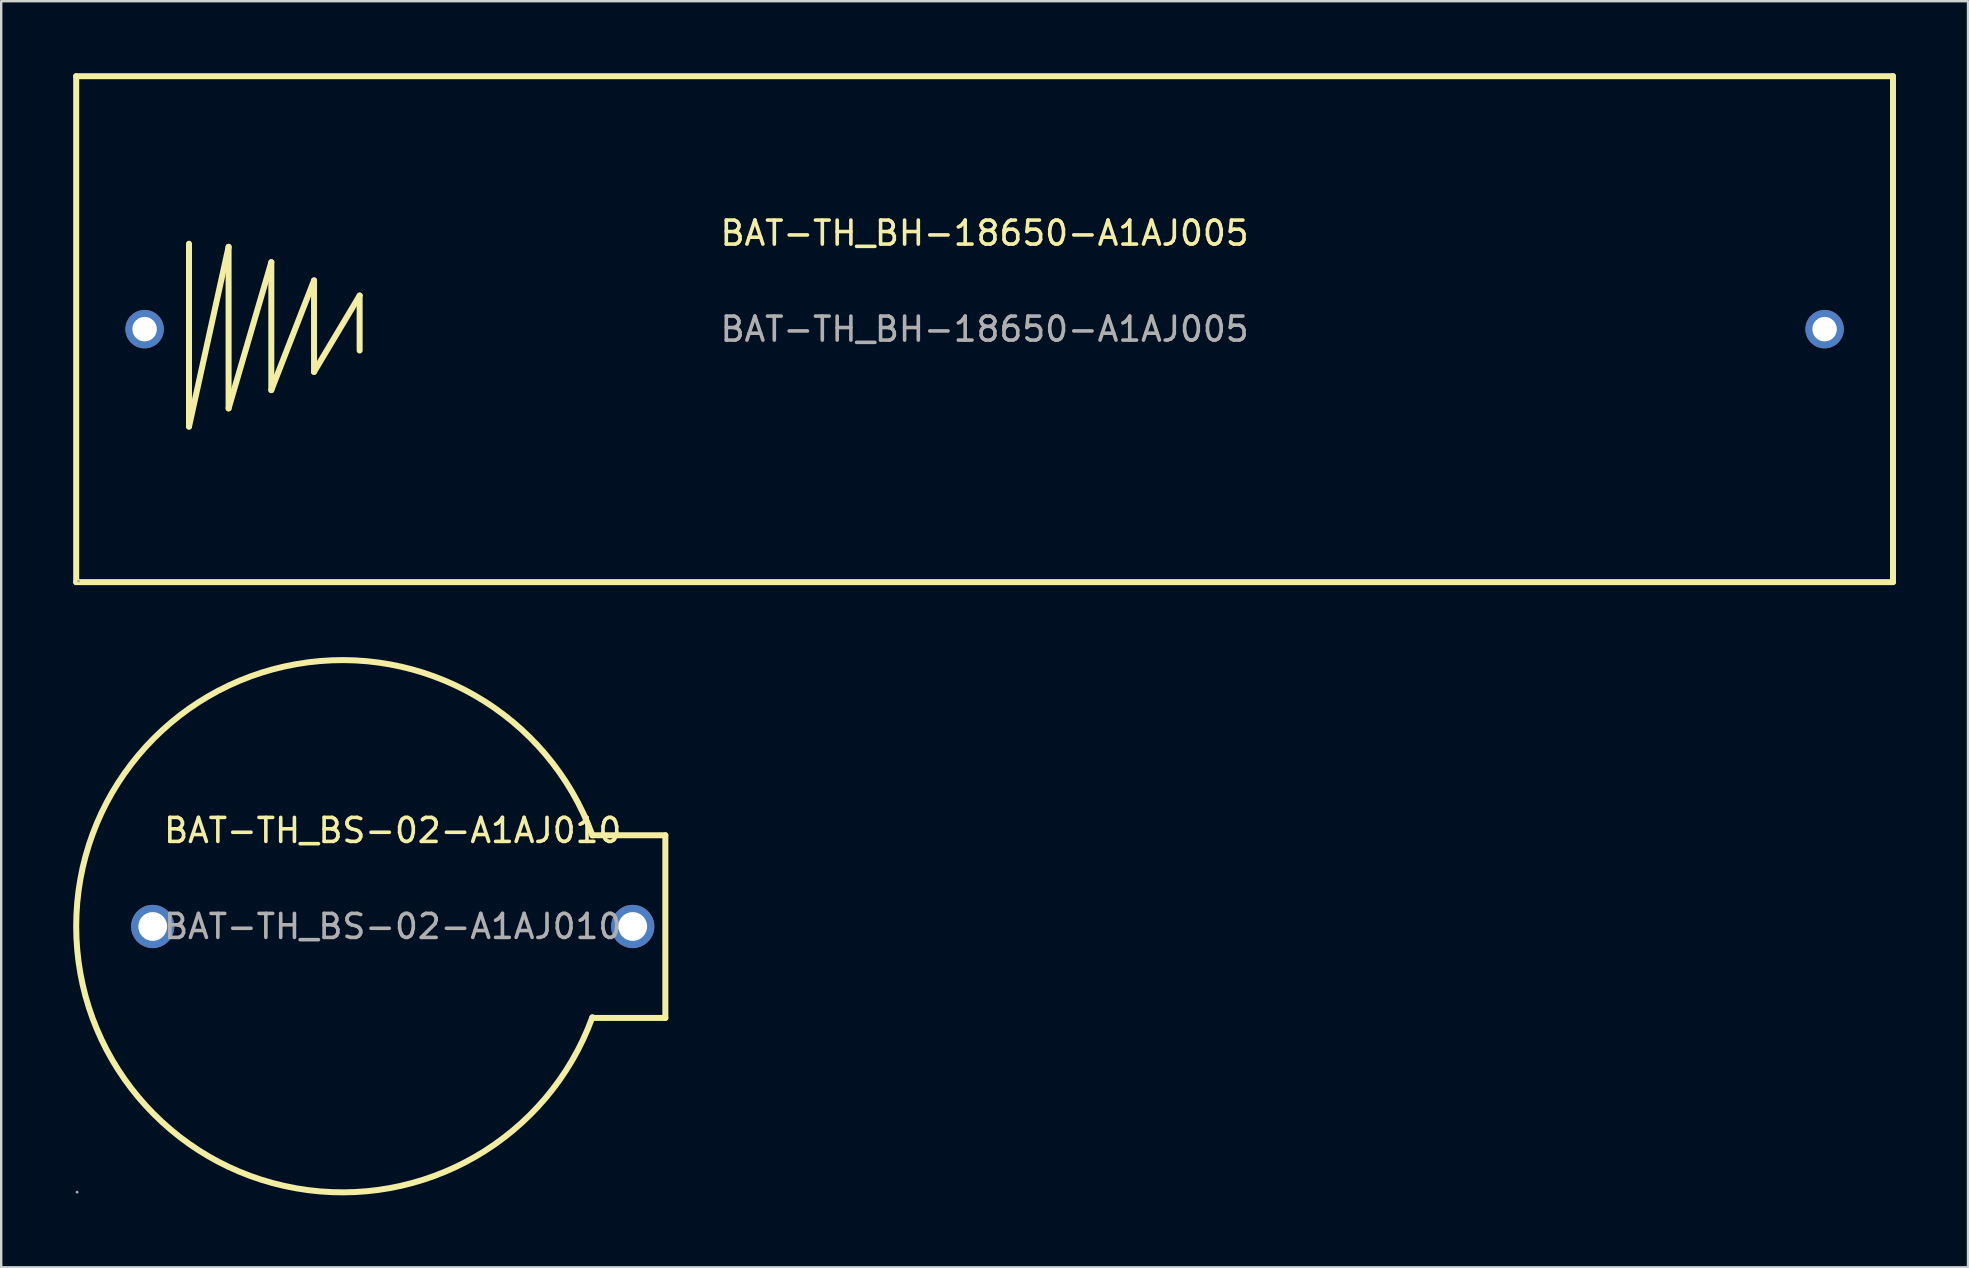
<source format=kicad_pcb>
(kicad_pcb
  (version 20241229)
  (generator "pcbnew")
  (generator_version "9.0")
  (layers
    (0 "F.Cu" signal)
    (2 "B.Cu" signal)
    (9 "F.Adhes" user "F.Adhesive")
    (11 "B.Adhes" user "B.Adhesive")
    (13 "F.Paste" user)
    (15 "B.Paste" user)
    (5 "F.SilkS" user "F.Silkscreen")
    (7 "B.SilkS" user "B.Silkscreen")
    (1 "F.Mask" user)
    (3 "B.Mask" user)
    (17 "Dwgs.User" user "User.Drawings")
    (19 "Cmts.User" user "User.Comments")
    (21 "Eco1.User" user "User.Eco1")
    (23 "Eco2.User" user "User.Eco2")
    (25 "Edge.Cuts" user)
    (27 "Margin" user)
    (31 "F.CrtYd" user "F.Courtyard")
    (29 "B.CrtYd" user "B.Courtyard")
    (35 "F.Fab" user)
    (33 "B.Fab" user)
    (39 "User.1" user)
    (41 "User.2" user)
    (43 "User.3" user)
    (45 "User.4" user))
  (footprint "BAT-TH_BS-02-A1AJ010"
    (layer "F.Cu")
    (at 13.313 35.553)
    (property "Reference" "BAT-TH_BS-02-A1AJ010" (at 0 -4 0) (layer "F.SilkS") (effects (font (size 1 1) (thickness 0.15))))
    (attr through_hole)
    (fp_line (start 8.32 -3.8) (end 11.36 -3.8) (stroke (width 0.25) (type solid)) (layer "F.SilkS"))
    (fp_line (start 11.36 -3.8) (end 11.36 3.81) (stroke (width 0.25) (type solid)) (layer "F.SilkS"))
    (fp_line (start 11.36 3.81) (end 8.31 3.81) (stroke (width 0.25) (type solid)) (layer "F.SilkS"))
    (fp_arc (start 8.32 3.78) (mid -13.187854 -0.010488) (end 8.320334 -3.799083) (stroke (width 0.25) (type solid)) (layer "F.SilkS"))
    (fp_circle (center -13.15 11.07) (end -13.12 11.07) (stroke (width 0.06) (type solid)) (fill no) (layer "F.Fab"))
    (fp_text user "${REFERENCE}" (at 0 0 0) (layer "F.Fab") (effects (font (size 1 1) (thickness 0.15))))
    (pad "1" thru_hole circle (at -10 0) (size 1.8 1.8) (drill 1.2) (layers "*.Cu" "*.Mask"))
    (pad "2" thru_hole circle (at 10 0) (size 1.8 1.8) (drill 1.2) (layers "*.Cu" "*.Mask")))
  (footprint "BAT-TH_BH-18650-A1AJ005"
    (layer "F.Cu")
    (at 37.975 10.665)
    (property "Reference" "BAT-TH_BH-18650-A1AJ005" (at 0 -4 0) (layer "F.SilkS") (effects (font (size 1 1) (thickness 0.15))))
    (attr through_hole)
    (fp_line (start -37.85 -10.54) (end 37.85 -10.54) (stroke (width 0.25) (type solid)) (layer "F.SilkS"))
    (fp_line (start -37.85 10.54) (end -37.85 -10.54) (stroke (width 0.25) (type solid)) (layer "F.SilkS"))
    (fp_line (start -33.15 -3.56) (end -33.15 4.06) (stroke (width 0.25) (type solid)) (layer "F.SilkS"))
    (fp_line (start -33.15 4.06) (end -31.5 -3.43) (stroke (width 0.25) (type solid)) (layer "F.SilkS"))
    (fp_line (start -31.5 -3.43) (end -31.5 3.3) (stroke (width 0.25) (type solid)) (layer "F.SilkS"))
    (fp_line (start -31.5 3.3) (end -29.72 -2.79) (stroke (width 0.25) (type solid)) (layer "F.SilkS"))
    (fp_line (start -29.72 -2.79) (end -29.72 2.54) (stroke (width 0.25) (type solid)) (layer "F.SilkS"))
    (fp_line (start -29.72 2.54) (end -27.94 -2.03) (stroke (width 0.25) (type solid)) (layer "F.SilkS"))
    (fp_line (start -27.94 -2.03) (end -27.94 1.78) (stroke (width 0.25) (type solid)) (layer "F.SilkS"))
    (fp_line (start -27.94 1.78) (end -26.04 -1.4) (stroke (width 0.25) (type solid)) (layer "F.SilkS"))
    (fp_line (start -26.04 -1.4) (end -26.04 0.89) (stroke (width 0.25) (type solid)) (layer "F.SilkS"))
    (fp_line (start 37.85 -10.54) (end 37.85 10.54) (stroke (width 0.25) (type solid)) (layer "F.SilkS"))
    (fp_line (start 37.85 10.54) (end -37.85 10.54) (stroke (width 0.25) (type solid)) (layer "F.SilkS"))
    (fp_circle (center -37.75 10.5) (end -37.72 10.5) (stroke (width 0.06) (type solid)) (fill no) (layer "F.Fab"))
    (fp_text user "${REFERENCE}" (at 0 0 0) (layer "F.Fab") (effects (font (size 1 1) (thickness 0.15))))
    (pad "1" thru_hole circle (at -35 0) (size 1.6 1.6) (drill 1.02) (layers "*.Cu" "*.Mask"))
    (pad "2" thru_hole circle (at 35 0) (size 1.6 1.6) (drill 1.02) (layers "*.Cu" "*.Mask")))
  (gr_rect
    (start -3 -3)
    (end 78.95 49.756)
    (stroke (width 0.1) (type default))
    (fill no)
    (layer "Edge.Cuts")))
</source>
